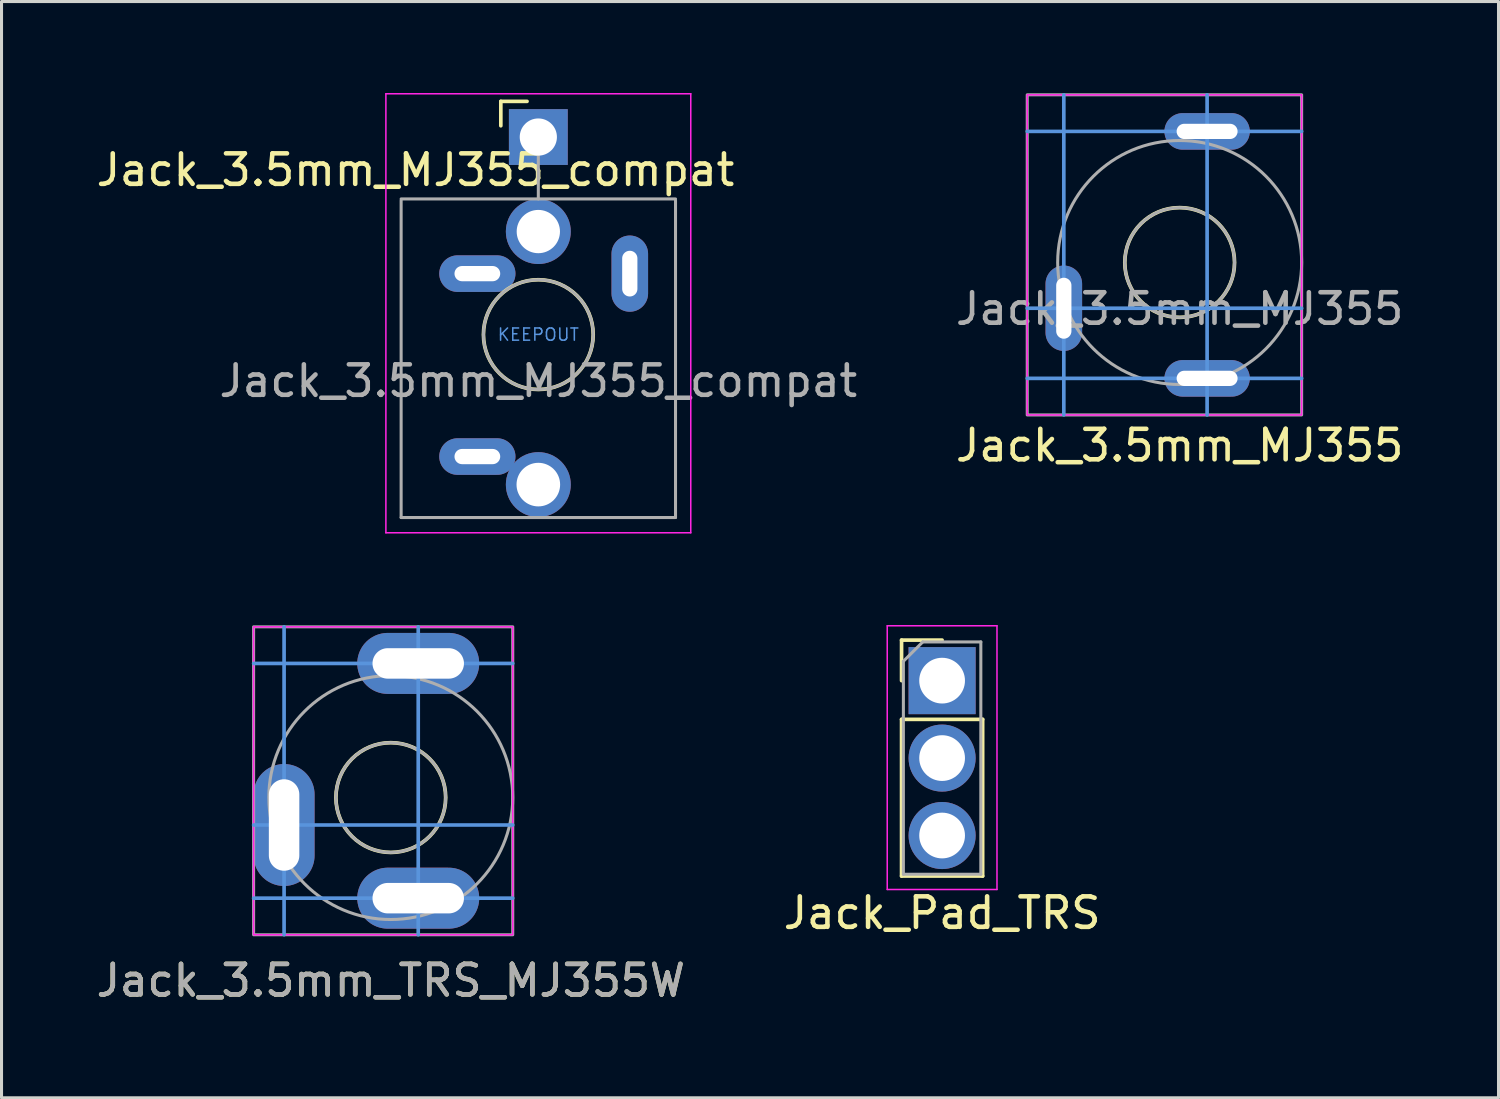
<source format=kicad_pcb>
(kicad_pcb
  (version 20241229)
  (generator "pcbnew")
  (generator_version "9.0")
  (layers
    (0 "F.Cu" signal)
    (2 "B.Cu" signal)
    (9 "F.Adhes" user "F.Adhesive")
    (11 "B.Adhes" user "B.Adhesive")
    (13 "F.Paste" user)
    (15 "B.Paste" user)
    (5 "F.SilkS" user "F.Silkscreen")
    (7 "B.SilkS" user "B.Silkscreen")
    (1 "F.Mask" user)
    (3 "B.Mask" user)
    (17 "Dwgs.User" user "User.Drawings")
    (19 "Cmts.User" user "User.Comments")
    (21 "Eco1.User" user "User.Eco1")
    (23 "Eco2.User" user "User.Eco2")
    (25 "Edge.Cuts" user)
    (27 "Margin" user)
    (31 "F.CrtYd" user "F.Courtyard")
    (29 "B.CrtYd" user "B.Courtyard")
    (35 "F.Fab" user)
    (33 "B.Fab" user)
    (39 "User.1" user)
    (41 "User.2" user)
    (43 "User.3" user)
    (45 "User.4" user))
  (footprint "Jack_Pad_TRS"
    (layer "F.Cu")
    (at 27.851 21.815)
    (property "Reference" "Jack_Pad_TRS" (at 0 5.08 0) (layer "F.SilkS") (effects (font (size 1 1) (thickness 0.15))))
    (attr through_hole)
    (fp_line (start -1.33 -3.87) (end 0 -3.87) (stroke (width 0.12) (type solid)) (layer "F.SilkS"))
    (fp_line (start -1.33 -2.54) (end -1.33 -3.87) (stroke (width 0.12) (type solid)) (layer "F.SilkS"))
    (fp_line (start -1.33 -1.27) (end -1.33 3.87) (stroke (width 0.12) (type solid)) (layer "F.SilkS"))
    (fp_line (start -1.33 -1.27) (end 1.33 -1.27) (stroke (width 0.12) (type solid)) (layer "F.SilkS"))
    (fp_line (start -1.33 3.87) (end 1.33 3.87) (stroke (width 0.12) (type solid)) (layer "F.SilkS"))
    (fp_line (start 1.33 -1.27) (end 1.33 3.87) (stroke (width 0.12) (type solid)) (layer "F.SilkS"))
    (fp_line (start -1.8 -4.34) (end -1.8 4.31) (stroke (width 0.05) (type solid)) (layer "F.CrtYd"))
    (fp_line (start -1.8 4.31) (end 1.8 4.31) (stroke (width 0.05) (type solid)) (layer "F.CrtYd"))
    (fp_line (start 1.8 -4.34) (end -1.8 -4.34) (stroke (width 0.05) (type solid)) (layer "F.CrtYd"))
    (fp_line (start 1.8 4.31) (end 1.8 -4.34) (stroke (width 0.05) (type solid)) (layer "F.CrtYd"))
    (fp_line (start -1.27 -3.175) (end -0.635 -3.81) (stroke (width 0.1) (type solid)) (layer "F.Fab"))
    (fp_line (start -1.27 3.81) (end -1.27 -3.175) (stroke (width 0.1) (type solid)) (layer "F.Fab"))
    (fp_line (start -0.635 -3.81) (end 1.27 -3.81) (stroke (width 0.1) (type solid)) (layer "F.Fab"))
    (fp_line (start 1.27 -3.81) (end 1.27 3.81) (stroke (width 0.1) (type solid)) (layer "F.Fab"))
    (fp_line (start 1.27 3.81) (end -1.27 3.81) (stroke (width 0.1) (type solid)) (layer "F.Fab"))
    (pad "R" thru_hole oval (at 0 0) (size 2.2 2.2) (drill 1.5) (layers "*.Cu" "*.Mask"))
    (pad "S" thru_hole rect (at 0 -2.54) (size 2.2 2.2) (drill 1.5) (layers "*.Cu" "*.Mask"))
    (pad "T" thru_hole oval (at 0 2.54) (size 2.2 2.2) (drill 1.5) (layers "*.Cu" "*.Mask")))
  (footprint "Jack_3.5mm_MJ355"
    (layer "F.Cu")
    (at 35.643 5.56)
    (property "Reference" "Jack_3.5mm_MJ355" (at 0 6 180) (layer "F.SilkS") (effects (font (size 1 1) (thickness 0.15))))
    (attr through_hole)
    (fp_circle (center 0 0) (end 1.8 0) (stroke (width 0.12) (type solid)) (fill no) (layer "F.SilkS"))
    (fp_line (start -3.8 -5.5) (end -3.8 5) (stroke (width 0.12) (type solid)) (layer "Cmts.User"))
    (fp_line (start 0.9 -5.5) (end 0.9 5) (stroke (width 0.12) (type solid)) (layer "Cmts.User"))
    (fp_line (start 4 -4.3) (end -5 -4.3) (stroke (width 0.12) (type solid)) (layer "Cmts.User"))
    (fp_line (start 4 1.5) (end -5 1.5) (stroke (width 0.12) (type solid)) (layer "Cmts.User"))
    (fp_line (start 4 3.8) (end -5 3.8) (stroke (width 0.12) (type solid)) (layer "Cmts.User"))
    (fp_rect (start 4 -5.5) (end -5 5) (stroke (width 0.05) (type solid)) (fill no) (layer "F.CrtYd"))
    (fp_rect (start 4 -5.5) (end -5 5) (stroke (width 0.1) (type solid)) (fill no) (layer "F.Fab"))
    (fp_circle (center 0 0) (end 1.8 0) (stroke (width 0.1) (type solid)) (fill no) (layer "F.Fab"))
    (fp_circle (center 0 0) (end 4 -0.1) (stroke (width 0.1) (type solid)) (fill no) (layer "F.Fab"))
    (fp_text user "${REFERENCE}" (at 0 1.52 180) (layer "F.Fab") (effects (font (size 1 1) (thickness 0.15))))
    (pad "S" thru_hole oval (at 0.9 3.8) (size 2.8 1.2) (drill oval 2 0.5) (layers "*.Cu" "*.Mask"))
    (pad "T" thru_hole oval (at 0.9 -4.3) (size 2.8 1.2) (drill oval 2 0.5) (layers "*.Cu" "*.Mask"))
    (pad "TN" thru_hole oval (at -3.8 1.5 90) (size 2.8 1.2) (drill oval 2 0.5) (layers "*.Cu" "*.Mask")))
  (footprint "Jack_3.5mm_TRS_MJ355W"
    (layer "F.Cu")
    (at 9.768 23.11)
    (property "Reference" "Jack_3.5mm_TRS_MJ355W" (at 0 6 180) (layer "F.SilkS") (effects (font (size 1 1) (thickness 0.15))))
    (attr through_hole)
    (fp_circle (center 0 0) (end 1.8 0) (stroke (width 0.12) (type solid)) (fill no) (layer "F.SilkS"))
    (fp_line (start -3.5 -5.6) (end -3.5 4.5) (stroke (width 0.12) (type solid)) (layer "Cmts.User"))
    (fp_line (start 0.9 -5.6) (end 0.9 4.5) (stroke (width 0.12) (type solid)) (layer "Cmts.User"))
    (fp_line (start 4 -4.4) (end -4.5 -4.4) (stroke (width 0.12) (type solid)) (layer "Cmts.User"))
    (fp_line (start 4 0.9) (end -4.5 0.9) (stroke (width 0.12) (type solid)) (layer "Cmts.User"))
    (fp_line (start 4 3.3) (end -4.5 3.3) (stroke (width 0.12) (type solid)) (layer "Cmts.User"))
    (fp_rect (start 4 -5.6) (end -4.5 4.5) (stroke (width 0.05) (type solid)) (fill no) (layer "F.CrtYd"))
    (fp_rect (start 4 -5.6) (end -4.5 4.5) (stroke (width 0.1) (type solid)) (fill no) (layer "F.Fab"))
    (fp_circle (center 0 0) (end 1.8 0) (stroke (width 0.1) (type solid)) (fill no) (layer "F.Fab"))
    (fp_circle (center 0 0) (end 4 0) (stroke (width 0.1) (type solid)) (fill no) (layer "F.Fab"))
    (fp_text user "${REFERENCE}" (at 0 6 180) (layer "F.Fab") (effects (font (size 1 1) (thickness 0.15))))
    (pad "R" thru_hole oval (at 0.9 3.3) (size 4 2) (drill oval 3 1) (layers "*.Cu" "*.Mask"))
    (pad "S" thru_hole oval (at -3.5 0.9 90) (size 4 2) (drill oval 3 1) (layers "*.Cu" "*.Mask"))
    (pad "T" thru_hole oval (at 0.9 -4.4) (size 4 2) (drill oval 3 1) (layers "*.Cu" "*.Mask")))
  (footprint "Jack_3.5mm_MJ355_compat"
    (layer "F.Cu")
    (at 14.607 7.925)
    (property "Reference" "Jack_3.5mm_MJ355_compat" (at -4.03 -5.4 180) (layer "F.SilkS") (effects (font (size 1 1) (thickness 0.15))))
    (attr through_hole)
    (fp_line (start -1.23 -7.65) (end -1.23 -6.85) (stroke (width 0.12) (type solid)) (layer "F.SilkS"))
    (fp_line (start -1.23 -7.65) (end -0.37 -7.65) (stroke (width 0.12) (type solid)) (layer "F.SilkS"))
    (fp_circle (center 0 0) (end 1.8 0) (stroke (width 0.12) (type solid)) (fill no) (layer "F.SilkS"))
    (fp_line (start -5 6.5) (end -5 -7.9) (stroke (width 0.05) (type solid)) (layer "F.CrtYd"))
    (fp_line (start 5 -7.9) (end -5 -7.9) (stroke (width 0.05) (type solid)) (layer "F.CrtYd"))
    (fp_line (start 5 6.5) (end -5 6.5) (stroke (width 0.05) (type solid)) (layer "F.CrtYd"))
    (fp_line (start 5 6.5) (end 5 -7.9) (stroke (width 0.05) (type solid)) (layer "F.CrtYd"))
    (fp_line (start -4.5 6) (end -4.5 -4.4) (stroke (width 0.1) (type solid)) (layer "F.Fab"))
    (fp_line (start 0 -6.48) (end 0 -4.45) (stroke (width 0.1) (type solid)) (layer "F.Fab"))
    (fp_line (start 4.5 -4.45) (end -4.5 -4.45) (stroke (width 0.1) (type solid)) (layer "F.Fab"))
    (fp_line (start 4.5 6) (end -4.5 6) (stroke (width 0.1) (type solid)) (layer "F.Fab"))
    (fp_line (start 4.5 6) (end 4.5 -4.4) (stroke (width 0.1) (type solid)) (layer "F.Fab"))
    (fp_circle (center 0 0) (end 1.8 0) (stroke (width 0.1) (type solid)) (fill no) (layer "F.Fab"))
    (fp_line (start -5 -4.3) (end 4 -4.3) (stroke (width 0.12) (type solid)) (layer "User.9"))
    (fp_line (start -5 -2) (end 4 -2) (stroke (width 0.12) (type solid)) (layer "User.9"))
    (fp_line (start -5 3.8) (end 4 3.8) (stroke (width 0.12) (type solid)) (layer "User.9"))
    (fp_line (start -1.9 5) (end -1.9 -5.5) (stroke (width 0.12) (type solid)) (layer "User.9"))
    (fp_line (start 2.8 5) (end 2.8 -5.5) (stroke (width 0.12) (type solid)) (layer "User.9"))
    (fp_rect (start -5 -5.5) (end 4 5) (stroke (width 0.12) (type solid)) (fill no) (layer "User.9"))
    (fp_text user "KEEPOUT" (at 0 0 0) (layer "Cmts.User") (effects (font (size 0.4 0.4) (thickness 0.051))))
    (fp_text user "${REFERENCE}" (at 0 1.52 180) (layer "F.Fab") (effects (font (size 1 1) (thickness 0.15))))
    (pad "1" thru_hole oval (at -2 -2) (size 2.5 1.2) (drill oval 1.5 0.5) (layers "*.Cu" "*.Mask"))
    (pad "1" thru_hole oval (at -2 4) (size 2.5 1.2) (drill oval 1.5 0.5) (layers "*.Cu" "*.Mask"))
    (pad "1" thru_hole oval (at 3 -2 90) (size 2.5 1.2) (drill oval 1.5 0.5) (layers "*.Cu" "*.Mask"))
    (pad "S" thru_hole rect (at 0 -6.48 180) (size 1.93 1.83) (drill 1.22) (layers "*.Cu" "*.Mask"))
    (pad "T" thru_hole circle (at 0 4.92 180) (size 2.13 2.13) (drill 1.43) (layers "*.Cu" "*.Mask"))
    (pad "TN" thru_hole circle (at 0 -3.38 180) (size 2.13 2.13) (drill 1.42) (layers "*.Cu" "*.Mask"))
    (zone (net_name "") (layer "F.Cu") (hatch full 0.508) (connect_pads) (min_thickness 0.254) (filled_areas_thickness no) (keepout (tracks not_allowed) (vias not_allowed) (pads not_allowed) (copperpour not_allowed) (footprints not_allowed)) (placement (enabled no)) (fill) (polygon (pts (xy 16.113 7.925) (xy 16.092 7.679) (xy 16.032 7.44) (xy 15.934 7.214) (xy 15.8 7.007) (xy 15.634 6.824) (xy 15.44 6.671) (xy 15.224 6.552) (xy 14.992 6.47) (xy 14.749 6.427) (xy 14.502 6.424) (xy 14.259 6.461) (xy 14.024 6.537) (xy 13.805 6.651) (xy 13.608 6.799) (xy 13.438 6.978) (xy 13.299 7.182) (xy 13.195 7.405) (xy 13.129 7.643) (xy 13.103 7.888) (xy 13.117 8.134) (xy 13.171 8.375) (xy 13.264 8.604) (xy 13.393 8.814) (xy 13.554 9) (xy 13.744 9.158) (xy 13.957 9.282) (xy 14.187 9.37) (xy 14.429 9.42) (xy 14.676 9.429) (xy 14.92 9.397) (xy 15.157 9.326) (xy 15.378 9.218) (xy 15.579 9.075) (xy 15.754 8.901) (xy 15.898 8.7) (xy 16.007 8.479) (xy 16.079 8.243) (xy 16.111 7.999)))))
  (gr_rect
    (start -3 -3)
    (end 46.101 32.958)
    (stroke (width 0.1) (type default))
    (fill no)
    (layer "Edge.Cuts")))
</source>
